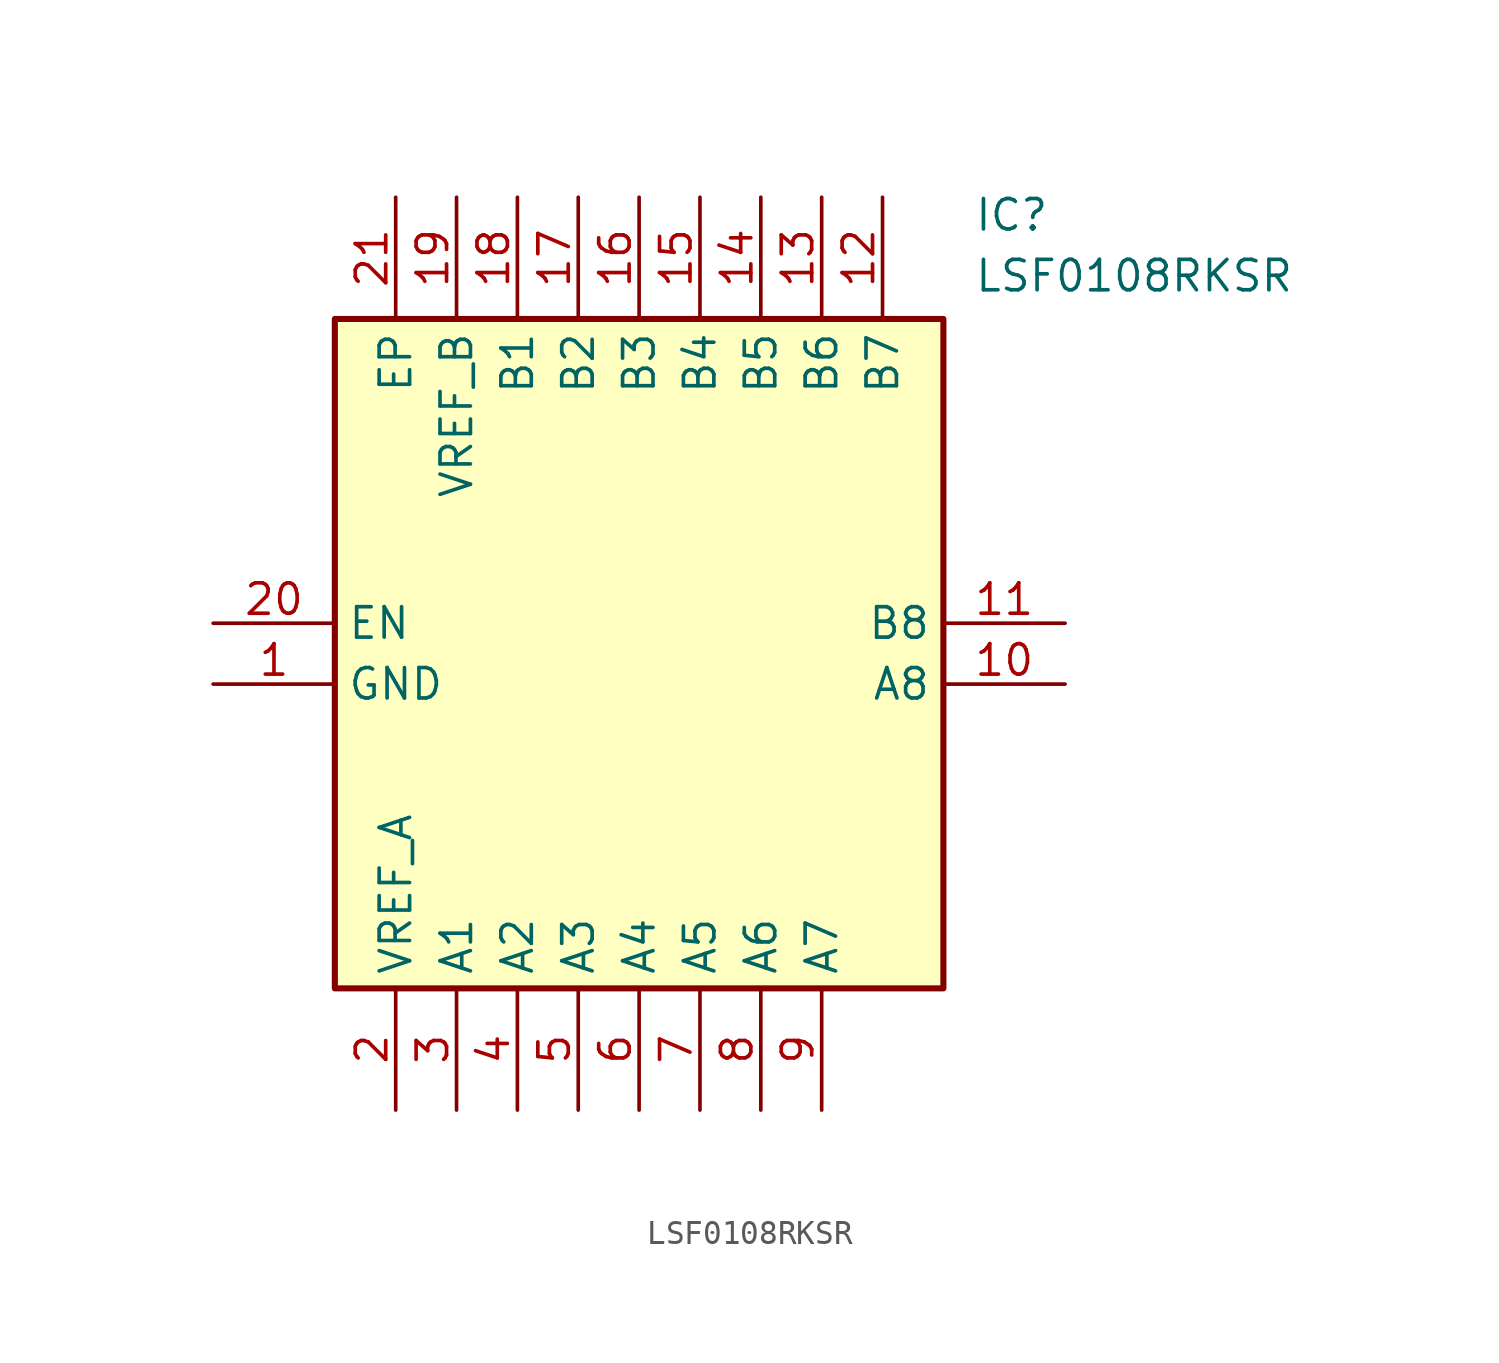
<source format=kicad_sym>
(kicad_symbol_lib
  (version 20211014)
  (generator SamacSys_ECAD_Model)
  (symbol "LSF0108RKSR"
    (property "Reference" "IC"
      (at 31.75 17.78 0)
      (effects (font (size 1.27 1.27)) (justify left top)))
    (property "Value" "LSF0108RKSR"
      (at 31.75 15.24 0)
      (effects (font (size 1.27 1.27)) (justify left top)))
    (rectangle
      (start 5.08 12.7)
      (end 30.48 -15.24)
      (stroke (width 0.254) (type default))
      (fill (type background)))
    (pin power_in line
      (at 0 -2.54 0)
      (length 5.08)
      (name "GND" (effects (font (size 1.27 1.27))))
      (number "1" (effects (font (size 1.27 1.27)))))
    (pin power_in line
      (at 7.62 -20.32 90)
      (length 5.08)
      (name "VREF_A" (effects (font (size 1.27 1.27))))
      (number "2" (effects (font (size 1.27 1.27)))))
    (pin passive line
      (at 10.16 -20.32 90)
      (length 5.08)
      (name "A1" (effects (font (size 1.27 1.27))))
      (number "3" (effects (font (size 1.27 1.27)))))
    (pin passive line
      (at 12.7 -20.32 90)
      (length 5.08)
      (name "A2" (effects (font (size 1.27 1.27))))
      (number "4" (effects (font (size 1.27 1.27)))))
    (pin passive line
      (at 15.24 -20.32 90)
      (length 5.08)
      (name "A3" (effects (font (size 1.27 1.27))))
      (number "5" (effects (font (size 1.27 1.27)))))
    (pin passive line
      (at 17.78 -20.32 90)
      (length 5.08)
      (name "A4" (effects (font (size 1.27 1.27))))
      (number "6" (effects (font (size 1.27 1.27)))))
    (pin passive line
      (at 20.32 -20.32 90)
      (length 5.08)
      (name "A5" (effects (font (size 1.27 1.27))))
      (number "7" (effects (font (size 1.27 1.27)))))
    (pin passive line
      (at 22.86 -20.32 90)
      (length 5.08)
      (name "A6" (effects (font (size 1.27 1.27))))
      (number "8" (effects (font (size 1.27 1.27)))))
    (pin passive line
      (at 25.4 -20.32 90)
      (length 5.08)
      (name "A7" (effects (font (size 1.27 1.27))))
      (number "9" (effects (font (size 1.27 1.27)))))
    (pin passive line
      (at 35.56 -2.54 180)
      (length 5.08)
      (name "A8" (effects (font (size 1.27 1.27))))
      (number "10" (effects (font (size 1.27 1.27)))))
    (pin passive line
      (at 35.56 0 180)
      (length 5.08)
      (name "B8" (effects (font (size 1.27 1.27))))
      (number "11" (effects (font (size 1.27 1.27)))))
    (pin passive line
      (at 27.94 17.78 270)
      (length 5.08)
      (name "B7" (effects (font (size 1.27 1.27))))
      (number "12" (effects (font (size 1.27 1.27)))))
    (pin passive line
      (at 25.4 17.78 270)
      (length 5.08)
      (name "B6" (effects (font (size 1.27 1.27))))
      (number "13" (effects (font (size 1.27 1.27)))))
    (pin passive line
      (at 22.86 17.78 270)
      (length 5.08)
      (name "B5" (effects (font (size 1.27 1.27))))
      (number "14" (effects (font (size 1.27 1.27)))))
    (pin passive line
      (at 20.32 17.78 270)
      (length 5.08)
      (name "B4" (effects (font (size 1.27 1.27))))
      (number "15" (effects (font (size 1.27 1.27)))))
    (pin passive line
      (at 17.78 17.78 270)
      (length 5.08)
      (name "B3" (effects (font (size 1.27 1.27))))
      (number "16" (effects (font (size 1.27 1.27)))))
    (pin passive line
      (at 15.24 17.78 270)
      (length 5.08)
      (name "B2" (effects (font (size 1.27 1.27))))
      (number "17" (effects (font (size 1.27 1.27)))))
    (pin passive line
      (at 12.7 17.78 270)
      (length 5.08)
      (name "B1" (effects (font (size 1.27 1.27))))
      (number "18" (effects (font (size 1.27 1.27)))))
    (pin power_in line
      (at 10.16 17.78 270)
      (length 5.08)
      (name "VREF_B" (effects (font (size 1.27 1.27))))
      (number "19" (effects (font (size 1.27 1.27)))))
    (pin input line
      (at 0 0 0)
      (length 5.08)
      (name "EN" (effects (font (size 1.27 1.27))))
      (number "20" (effects (font (size 1.27 1.27)))))
    (pin passive line
      (at 7.62 17.78 270)
      (length 5.08)
      (name "EP" (effects (font (size 1.27 1.27))))
      (number "21" (effects (font (size 1.27 1.27)))))))
</source>
